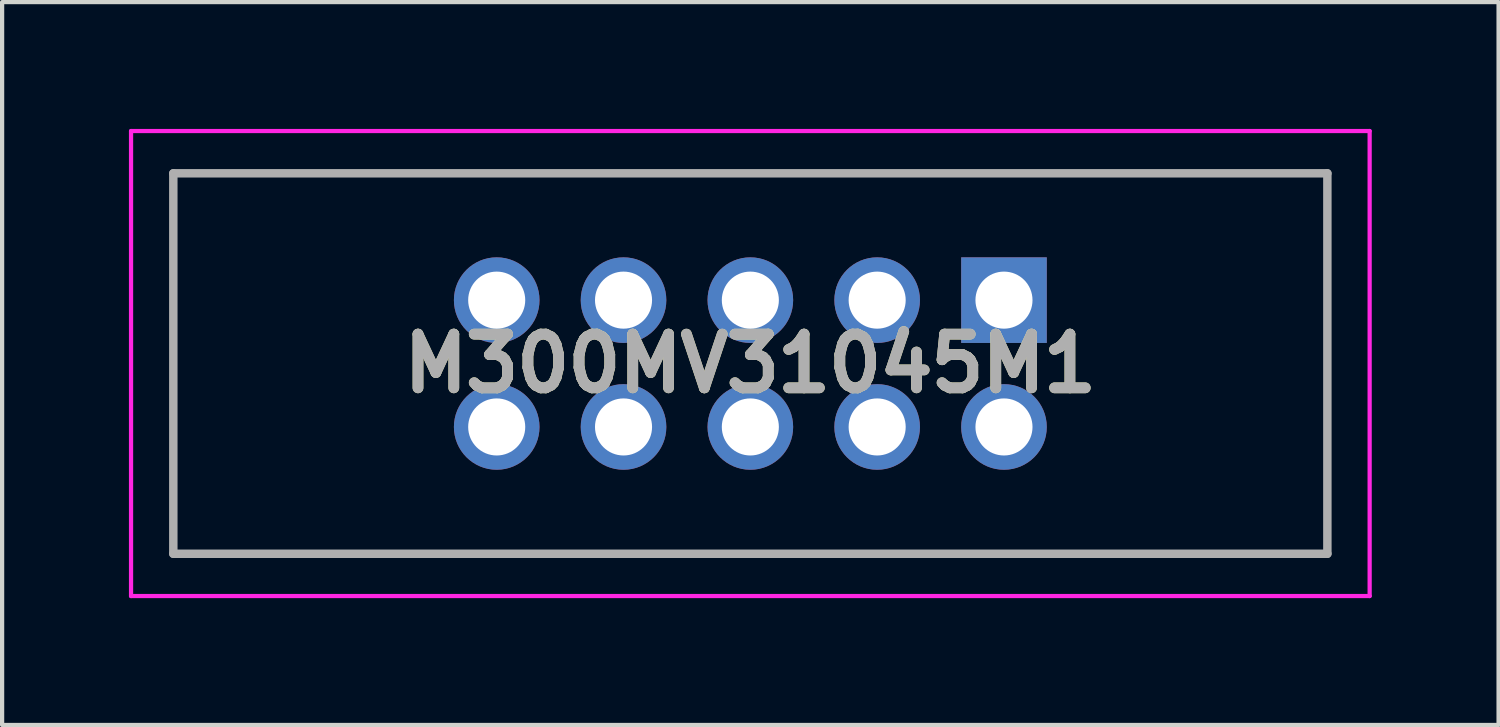
<source format=kicad_pcb>
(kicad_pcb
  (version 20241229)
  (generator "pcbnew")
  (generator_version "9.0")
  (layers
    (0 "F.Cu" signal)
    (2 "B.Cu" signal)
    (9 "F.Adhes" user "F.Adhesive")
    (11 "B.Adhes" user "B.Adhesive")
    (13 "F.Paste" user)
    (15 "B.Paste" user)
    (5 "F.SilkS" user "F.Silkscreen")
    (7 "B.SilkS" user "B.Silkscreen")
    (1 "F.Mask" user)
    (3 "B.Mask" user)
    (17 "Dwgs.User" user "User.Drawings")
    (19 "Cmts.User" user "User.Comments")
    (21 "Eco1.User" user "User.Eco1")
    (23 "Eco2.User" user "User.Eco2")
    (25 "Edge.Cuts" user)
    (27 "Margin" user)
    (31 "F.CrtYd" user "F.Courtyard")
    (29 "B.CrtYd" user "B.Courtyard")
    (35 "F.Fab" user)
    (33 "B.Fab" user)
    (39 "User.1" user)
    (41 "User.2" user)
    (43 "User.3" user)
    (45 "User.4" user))
  (footprint "M300MV31045M1"
    (layer "F.Cu")
    (at 20.7 4.05)
    (property "Reference" "M300MV31045M1" (at -6 1.5 0) (layer "F.SilkS") (effects (font (size 1.27 1.27) (thickness 0.254))))
    (attr through_hole)
    (fp_line (start -19.65 -3) (end 7.65 -3) (stroke (width 0.1) (type solid)) (layer "F.SilkS"))
    (fp_line (start -19.65 6) (end -19.65 -3) (stroke (width 0.1) (type solid)) (layer "F.SilkS"))
    (fp_line (start 7.65 -3) (end 7.65 6) (stroke (width 0.1) (type solid)) (layer "F.SilkS"))
    (fp_line (start 7.65 6) (end -19.65 6) (stroke (width 0.1) (type solid)) (layer "F.SilkS"))
    (fp_line (start -20.65 -4) (end 8.65 -4) (stroke (width 0.1) (type solid)) (layer "F.CrtYd"))
    (fp_line (start -20.65 7) (end -20.65 -4) (stroke (width 0.1) (type solid)) (layer "F.CrtYd"))
    (fp_line (start 8.65 -4) (end 8.65 7) (stroke (width 0.1) (type solid)) (layer "F.CrtYd"))
    (fp_line (start 8.65 7) (end -20.65 7) (stroke (width 0.1) (type solid)) (layer "F.CrtYd"))
    (fp_line (start -19.65 -3) (end 7.65 -3) (stroke (width 0.2) (type solid)) (layer "F.Fab"))
    (fp_line (start -19.65 6) (end -19.65 -3) (stroke (width 0.2) (type solid)) (layer "F.Fab"))
    (fp_line (start 7.65 -3) (end 7.65 6) (stroke (width 0.2) (type solid)) (layer "F.Fab"))
    (fp_line (start 7.65 6) (end -19.65 6) (stroke (width 0.2) (type solid)) (layer "F.Fab"))
    (fp_text user "${REFERENCE}" (at -6 1.5 0) (layer "F.Fab") (effects (font (size 1.27 1.27) (thickness 0.254))))
    (pad "1" thru_hole rect (at 0 0) (size 2.025 2.025) (drill 1.35) (layers "*.Cu" "*.Mask"))
    (pad "2" thru_hole circle (at -3 0) (size 2.025 2.025) (drill 1.35) (layers "*.Cu" "*.Mask"))
    (pad "3" thru_hole circle (at -6 0) (size 2.025 2.025) (drill 1.35) (layers "*.Cu" "*.Mask"))
    (pad "4" thru_hole circle (at -9 0) (size 2.025 2.025) (drill 1.35) (layers "*.Cu" "*.Mask"))
    (pad "5" thru_hole circle (at -12 0) (size 2.025 2.025) (drill 1.35) (layers "*.Cu" "*.Mask"))
    (pad "6" thru_hole circle (at -12 3) (size 2.025 2.025) (drill 1.35) (layers "*.Cu" "*.Mask"))
    (pad "7" thru_hole circle (at -9 3) (size 2.025 2.025) (drill 1.35) (layers "*.Cu" "*.Mask"))
    (pad "8" thru_hole circle (at -6 3) (size 2.025 2.025) (drill 1.35) (layers "*.Cu" "*.Mask"))
    (pad "9" thru_hole circle (at -3 3) (size 2.025 2.025) (drill 1.35) (layers "*.Cu" "*.Mask"))
    (pad "10" thru_hole circle (at 0 3) (size 2.025 2.025) (drill 1.35) (layers "*.Cu" "*.Mask")))
  (gr_rect
    (start -3 -3)
    (end 32.4 14.1)
    (stroke (width 0.1) (type default))
    (fill no)
    (layer "Edge.Cuts")))
</source>
